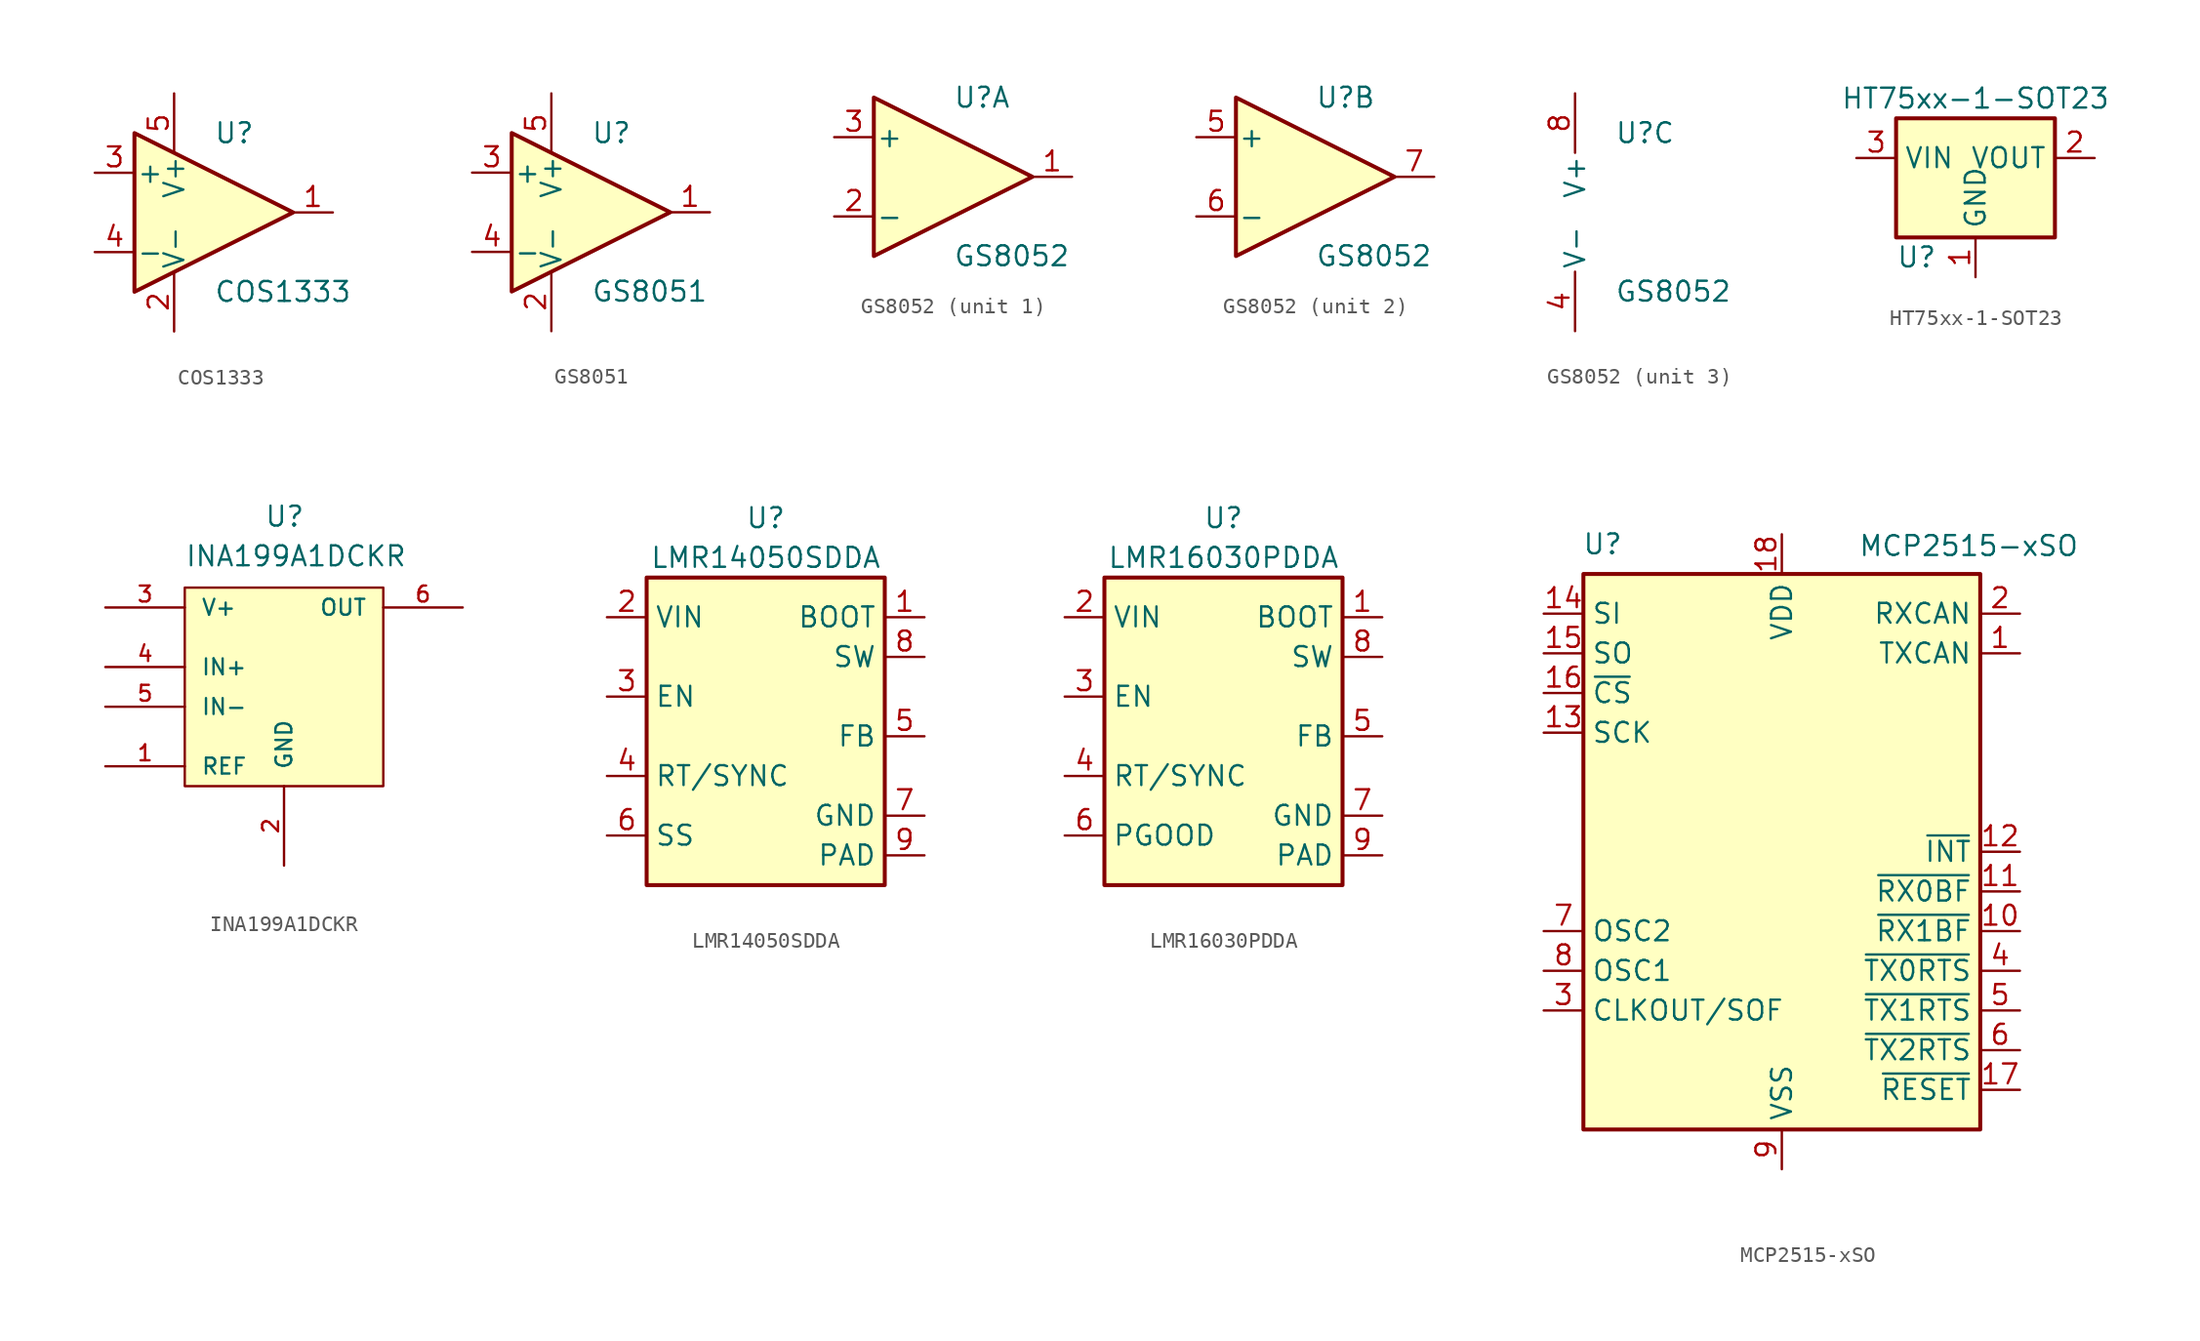
<source format=kicad_sym>
(kicad_symbol_lib
  (version 20211014)
  (generator kicad_symbol_editor)
  (symbol "COS1333"
    (pin_names
      (offset 0.127))
    (property "Reference" "U"
      (at 0 5.08 0)
      (effects (font (size 1.27 1.27)) (justify left)))
    (property "Value" "COS1333"
      (at 0 -5.08 0)
      (effects (font (size 1.27 1.27)) (justify left)))
    (symbol "COS1333_0_1"
      (polyline (pts (xy -5.08 5.08) (xy 5.08 0) (xy -5.08 -5.08) (xy -5.08 5.08)) (stroke (width 0.254) (type default) (color 0 0 0 0)) (fill (type background)))
      (pin power_in line (at -2.54 -7.62 90) (length 3.81) (name "V-" (effects (font (size 1.27 1.27)))) (number "2" (effects (font (size 1.27 1.27)))))
      (pin power_in line (at -2.54 7.62 270) (length 3.81) (name "V+" (effects (font (size 1.27 1.27)))) (number "5" (effects (font (size 1.27 1.27))))))
    (symbol "COS1333_1_1"
      (pin output line (at 7.62 0 180) (length 2.54) (name "~" (effects (font (size 1.27 1.27)))) (number "1" (effects (font (size 1.27 1.27)))))
      (pin input line (at -7.62 2.54 0) (length 2.54) (name "+" (effects (font (size 1.27 1.27)))) (number "3" (effects (font (size 1.27 1.27)))))
      (pin input line (at -7.62 -2.54 0) (length 2.54) (name "-" (effects (font (size 1.27 1.27)))) (number "4" (effects (font (size 1.27 1.27)))))))
  (symbol "GS8051"
    (pin_names
      (offset 0.127))
    (property "Reference" "U"
      (at 0 5.08 0)
      (effects (font (size 1.27 1.27)) (justify left)))
    (property "Value" "GS8051"
      (at 0 -5.08 0)
      (effects (font (size 1.27 1.27)) (justify left)))
    (symbol "GS8051_0_1"
      (polyline (pts (xy -5.08 5.08) (xy 5.08 0) (xy -5.08 -5.08) (xy -5.08 5.08)) (stroke (width 0.254) (type default) (color 0 0 0 0)) (fill (type background)))
      (pin power_in line (at -2.54 -7.62 90) (length 3.81) (name "V-" (effects (font (size 1.27 1.27)))) (number "2" (effects (font (size 1.27 1.27)))))
      (pin power_in line (at -2.54 7.62 270) (length 3.81) (name "V+" (effects (font (size 1.27 1.27)))) (number "5" (effects (font (size 1.27 1.27))))))
    (symbol "GS8051_1_1"
      (pin output line (at 7.62 0 180) (length 2.54) (name "~" (effects (font (size 1.27 1.27)))) (number "1" (effects (font (size 1.27 1.27)))))
      (pin input line (at -7.62 2.54 0) (length 2.54) (name "+" (effects (font (size 1.27 1.27)))) (number "3" (effects (font (size 1.27 1.27)))))
      (pin input line (at -7.62 -2.54 0) (length 2.54) (name "-" (effects (font (size 1.27 1.27)))) (number "4" (effects (font (size 1.27 1.27)))))))
  (symbol "GS8052"
    (pin_names
      (offset 0.127))
    (property "Reference" "U"
      (at 0 5.08 0)
      (effects (font (size 1.27 1.27)) (justify left)))
    (property "Value" "GS8052"
      (at 0 -5.08 0)
      (effects (font (size 1.27 1.27)) (justify left)))
    (property "ki_locked" ""
      (at 0 0 0)
      (effects (font (size 1.27 1.27))))
    (symbol "GS8052_1_1"
      (polyline (pts (xy -5.08 5.08) (xy 5.08 0) (xy -5.08 -5.08) (xy -5.08 5.08)) (stroke (width 0.254) (type default) (color 0 0 0 0)) (fill (type background)))
      (pin output line (at 7.62 0 180) (length 2.54) (name "~" (effects (font (size 1.27 1.27)))) (number "1" (effects (font (size 1.27 1.27)))))
      (pin input line (at -7.62 -2.54 0) (length 2.54) (name "-" (effects (font (size 1.27 1.27)))) (number "2" (effects (font (size 1.27 1.27)))))
      (pin input line (at -7.62 2.54 0) (length 2.54) (name "+" (effects (font (size 1.27 1.27)))) (number "3" (effects (font (size 1.27 1.27))))))
    (symbol "GS8052_2_1"
      (polyline (pts (xy -5.08 5.08) (xy 5.08 0) (xy -5.08 -5.08) (xy -5.08 5.08)) (stroke (width 0.254) (type default) (color 0 0 0 0)) (fill (type background)))
      (pin input line (at -7.62 2.54 0) (length 2.54) (name "+" (effects (font (size 1.27 1.27)))) (number "5" (effects (font (size 1.27 1.27)))))
      (pin input line (at -7.62 -2.54 0) (length 2.54) (name "-" (effects (font (size 1.27 1.27)))) (number "6" (effects (font (size 1.27 1.27)))))
      (pin output line (at 7.62 0 180) (length 2.54) (name "~" (effects (font (size 1.27 1.27)))) (number "7" (effects (font (size 1.27 1.27))))))
    (symbol "GS8052_3_1"
      (pin power_in line (at -2.54 -7.62 90) (length 3.81) (name "V-" (effects (font (size 1.27 1.27)))) (number "4" (effects (font (size 1.27 1.27)))))
      (pin power_in line (at -2.54 7.62 270) (length 3.81) (name "V+" (effects (font (size 1.27 1.27)))) (number "8" (effects (font (size 1.27 1.27)))))))
  (symbol "HT75xx-1-SOT23"
    (property "Reference" "U"
      (at -5.08 -3.81 0)
      (effects (font (size 1.27 1.27)) (justify left)))
    (property "Value" "HT75xx-1-SOT23"
      (at 0 6.35 0)
      (effects (font (size 1.27 1.27))))
    (symbol "HT75xx-1-SOT23_0_1"
      (rectangle (start -5.08 5.08) (end 5.08 -2.54) (stroke (width 0.254) (type default) (color 0 0 0 0)) (fill (type background))))
    (symbol "HT75xx-1-SOT23_1_1"
      (pin power_in line (at 0 -5.08 90) (length 2.54) (name "GND" (effects (font (size 1.27 1.27)))) (number "1" (effects (font (size 1.27 1.27)))))
      (pin power_out line (at 7.62 2.54 180) (length 2.54) (name "VOUT" (effects (font (size 1.27 1.27)))) (number "2" (effects (font (size 1.27 1.27)))))
      (pin power_in line (at -7.62 2.54 0) (length 2.54) (name "VIN" (effects (font (size 1.27 1.27)))) (number "3" (effects (font (size 1.27 1.27)))))))
  (symbol "INA199A1DCKR"
    (pin_names
      (offset 1.016))
    (property "Reference" "U"
      (at -1.27 10.16 0)
      (effects (font (size 1.27 1.27)) (justify left bottom)))
    (property "Value" "INA199A1DCKR"
      (at -6.35 7.62 0)
      (effects (font (size 1.27 1.27)) (justify left bottom)))
    (property "ki_locked" ""
      (at 0 0 0)
      (effects (font (size 1.27 1.27))))
    (symbol "INA199A1DCKR_0_0"
      (pin input line (at -11.43 -5.08 0) (length 5.08) (name "REF" (effects (font (size 1.016 1.016)))) (number "1" (effects (font (size 1.016 1.016)))))
      (pin passive line (at 0 -11.43 90) (length 5.08) (name "GND" (effects (font (size 1.016 1.016)))) (number "2" (effects (font (size 1.016 1.016)))))
      (pin power_in line (at -11.43 5.08 0) (length 5.08) (name "V+" (effects (font (size 1.016 1.016)))) (number "3" (effects (font (size 1.016 1.016)))))
      (pin input line (at -11.43 1.27 0) (length 5.08) (name "IN+" (effects (font (size 1.016 1.016)))) (number "4" (effects (font (size 1.016 1.016)))))
      (pin input line (at -11.43 -1.27 0) (length 5.08) (name "IN-" (effects (font (size 1.016 1.016)))) (number "5" (effects (font (size 1.016 1.016)))))
      (pin output line (at 11.43 5.08 180) (length 5.08) (name "OUT" (effects (font (size 1.016 1.016)))) (number "6" (effects (font (size 1.016 1.016))))))
    (symbol "INA199A1DCKR_1_1"
      (rectangle (start 6.35 -6.35) (end -6.35 6.35) (stroke (width 0) (type default) (color 0 0 0 0)) (fill (type background)))))
  (symbol "LMR14050SDDA"
    (property "Reference" "U"
      (at 0 11.43 0)
      (effects (font (size 1.27 1.27))))
    (property "Value" "LMR14050SDDA"
      (at 0 8.89 0)
      (effects (font (size 1.27 1.27))))
    (symbol "LMR14050SDDA_0_1"
      (rectangle (start -7.62 7.62) (end 7.62 -12.065) (stroke (width 0.254) (type default) (color 0 0 0 0)) (fill (type background))))
    (symbol "LMR14050SDDA_1_1"
      (pin input line (at 10.16 5.08 180) (length 2.54) (name "BOOT" (effects (font (size 1.27 1.27)))) (number "1" (effects (font (size 1.27 1.27)))))
      (pin power_in line (at -10.16 5.08 0) (length 2.54) (name "VIN" (effects (font (size 1.27 1.27)))) (number "2" (effects (font (size 1.27 1.27)))))
      (pin input line (at -10.16 0 0) (length 2.54) (name "EN" (effects (font (size 1.27 1.27)))) (number "3" (effects (font (size 1.27 1.27)))))
      (pin input line (at -10.16 -5.08 0) (length 2.54) (name "RT/SYNC" (effects (font (size 1.27 1.27)))) (number "4" (effects (font (size 1.27 1.27)))))
      (pin input line (at 10.16 -2.54 180) (length 2.54) (name "FB" (effects (font (size 1.27 1.27)))) (number "5" (effects (font (size 1.27 1.27)))))
      (pin output line (at -10.16 -8.89 0) (length 2.54) (name "SS" (effects (font (size 1.27 1.27)))) (number "6" (effects (font (size 1.27 1.27)))))
      (pin power_in line (at 10.16 -7.62 180) (length 2.54) (name "GND" (effects (font (size 1.27 1.27)))) (number "7" (effects (font (size 1.27 1.27)))))
      (pin power_out line (at 10.16 2.54 180) (length 2.54) (name "SW" (effects (font (size 1.27 1.27)))) (number "8" (effects (font (size 1.27 1.27)))))
      (pin power_in line (at 10.16 -10.16 180) (length 2.54) (name "PAD" (effects (font (size 1.27 1.27)))) (number "9" (effects (font (size 1.27 1.27)))))))
  (symbol "LMR16030PDDA"
    (property "Reference" "U"
      (at 0 11.43 0)
      (effects (font (size 1.27 1.27))))
    (property "Value" "LMR16030PDDA"
      (at 0 8.89 0)
      (effects (font (size 1.27 1.27))))
    (symbol "LMR16030PDDA_0_1"
      (rectangle (start -7.62 7.62) (end 7.62 -12.065) (stroke (width 0.254) (type default) (color 0 0 0 0)) (fill (type background))))
    (symbol "LMR16030PDDA_1_1"
      (pin input line (at 10.16 5.08 180) (length 2.54) (name "BOOT" (effects (font (size 1.27 1.27)))) (number "1" (effects (font (size 1.27 1.27)))))
      (pin power_in line (at -10.16 5.08 0) (length 2.54) (name "VIN" (effects (font (size 1.27 1.27)))) (number "2" (effects (font (size 1.27 1.27)))))
      (pin input line (at -10.16 0 0) (length 2.54) (name "EN" (effects (font (size 1.27 1.27)))) (number "3" (effects (font (size 1.27 1.27)))))
      (pin input line (at -10.16 -5.08 0) (length 2.54) (name "RT/SYNC" (effects (font (size 1.27 1.27)))) (number "4" (effects (font (size 1.27 1.27)))))
      (pin input line (at 10.16 -2.54 180) (length 2.54) (name "FB" (effects (font (size 1.27 1.27)))) (number "5" (effects (font (size 1.27 1.27)))))
      (pin open_collector line (at -10.16 -8.89 0) (length 2.54) (name "PGOOD" (effects (font (size 1.27 1.27)))) (number "6" (effects (font (size 1.27 1.27)))))
      (pin power_in line (at 10.16 -7.62 180) (length 2.54) (name "GND" (effects (font (size 1.27 1.27)))) (number "7" (effects (font (size 1.27 1.27)))))
      (pin power_out line (at 10.16 2.54 180) (length 2.54) (name "SW" (effects (font (size 1.27 1.27)))) (number "8" (effects (font (size 1.27 1.27)))))
      (pin power_in line (at 10.16 -10.16 180) (length 2.54) (name "PAD" (effects (font (size 1.27 1.27)))) (number "9" (effects (font (size 1.27 1.27)))))))
  (symbol "MCP2515-xSO"
    (property "Reference" "U"
      (at -10.16 19.685 0)
      (effects (font (size 1.27 1.27)) (justify right)))
    (property "Value" "MCP2515-xSO"
      (at 19.05 20.32 0)
      (effects (font (size 1.27 1.27)) (justify right top)))
    (symbol "MCP2515-xSO_0_1"
      (rectangle (start -12.7 17.78) (end 12.7 -17.78) (stroke (width 0.254) (type default) (color 0 0 0 0)) (fill (type background))))
    (symbol "MCP2515-xSO_1_1"
      (pin output line (at 15.24 12.7 180) (length 2.54) (name "TXCAN" (effects (font (size 1.27 1.27)))) (number "1" (effects (font (size 1.27 1.27)))))
      (pin output line (at 15.24 -5.08 180) (length 2.54) (name "~{RX1BF}" (effects (font (size 1.27 1.27)))) (number "10" (effects (font (size 1.27 1.27)))))
      (pin output line (at 15.24 -2.54 180) (length 2.54) (name "~{RX0BF}" (effects (font (size 1.27 1.27)))) (number "11" (effects (font (size 1.27 1.27)))))
      (pin output line (at 15.24 0 180) (length 2.54) (name "~{INT}" (effects (font (size 1.27 1.27)))) (number "12" (effects (font (size 1.27 1.27)))))
      (pin input line (at -15.24 7.62 0) (length 2.54) (name "SCK" (effects (font (size 1.27 1.27)))) (number "13" (effects (font (size 1.27 1.27)))))
      (pin input line (at -15.24 15.24 0) (length 2.54) (name "SI" (effects (font (size 1.27 1.27)))) (number "14" (effects (font (size 1.27 1.27)))))
      (pin output line (at -15.24 12.7 0) (length 2.54) (name "SO" (effects (font (size 1.27 1.27)))) (number "15" (effects (font (size 1.27 1.27)))))
      (pin input line (at -15.24 10.16 0) (length 2.54) (name "~{CS}" (effects (font (size 1.27 1.27)))) (number "16" (effects (font (size 1.27 1.27)))))
      (pin input line (at 15.24 -15.24 180) (length 2.54) (name "~{RESET}" (effects (font (size 1.27 1.27)))) (number "17" (effects (font (size 1.27 1.27)))))
      (pin power_in line (at 0 20.32 270) (length 2.54) (name "VDD" (effects (font (size 1.27 1.27)))) (number "18" (effects (font (size 1.27 1.27)))))
      (pin input line (at 15.24 15.24 180) (length 2.54) (name "RXCAN" (effects (font (size 1.27 1.27)))) (number "2" (effects (font (size 1.27 1.27)))))
      (pin output line (at -15.24 -10.16 0) (length 2.54) (name "CLKOUT/SOF" (effects (font (size 1.27 1.27)))) (number "3" (effects (font (size 1.27 1.27)))))
      (pin input line (at 15.24 -7.62 180) (length 2.54) (name "~{TX0RTS}" (effects (font (size 1.27 1.27)))) (number "4" (effects (font (size 1.27 1.27)))))
      (pin input line (at 15.24 -10.16 180) (length 2.54) (name "~{TX1RTS}" (effects (font (size 1.27 1.27)))) (number "5" (effects (font (size 1.27 1.27)))))
      (pin input line (at 15.24 -12.7 180) (length 2.54) (name "~{TX2RTS}" (effects (font (size 1.27 1.27)))) (number "6" (effects (font (size 1.27 1.27)))))
      (pin output line (at -15.24 -5.08 0) (length 2.54) (name "OSC2" (effects (font (size 1.27 1.27)))) (number "7" (effects (font (size 1.27 1.27)))))
      (pin input line (at -15.24 -7.62 0) (length 2.54) (name "OSC1" (effects (font (size 1.27 1.27)))) (number "8" (effects (font (size 1.27 1.27)))))
      (pin power_in line (at 0 -20.32 90) (length 2.54) (name "VSS" (effects (font (size 1.27 1.27)))) (number "9" (effects (font (size 1.27 1.27))))))))
</source>
